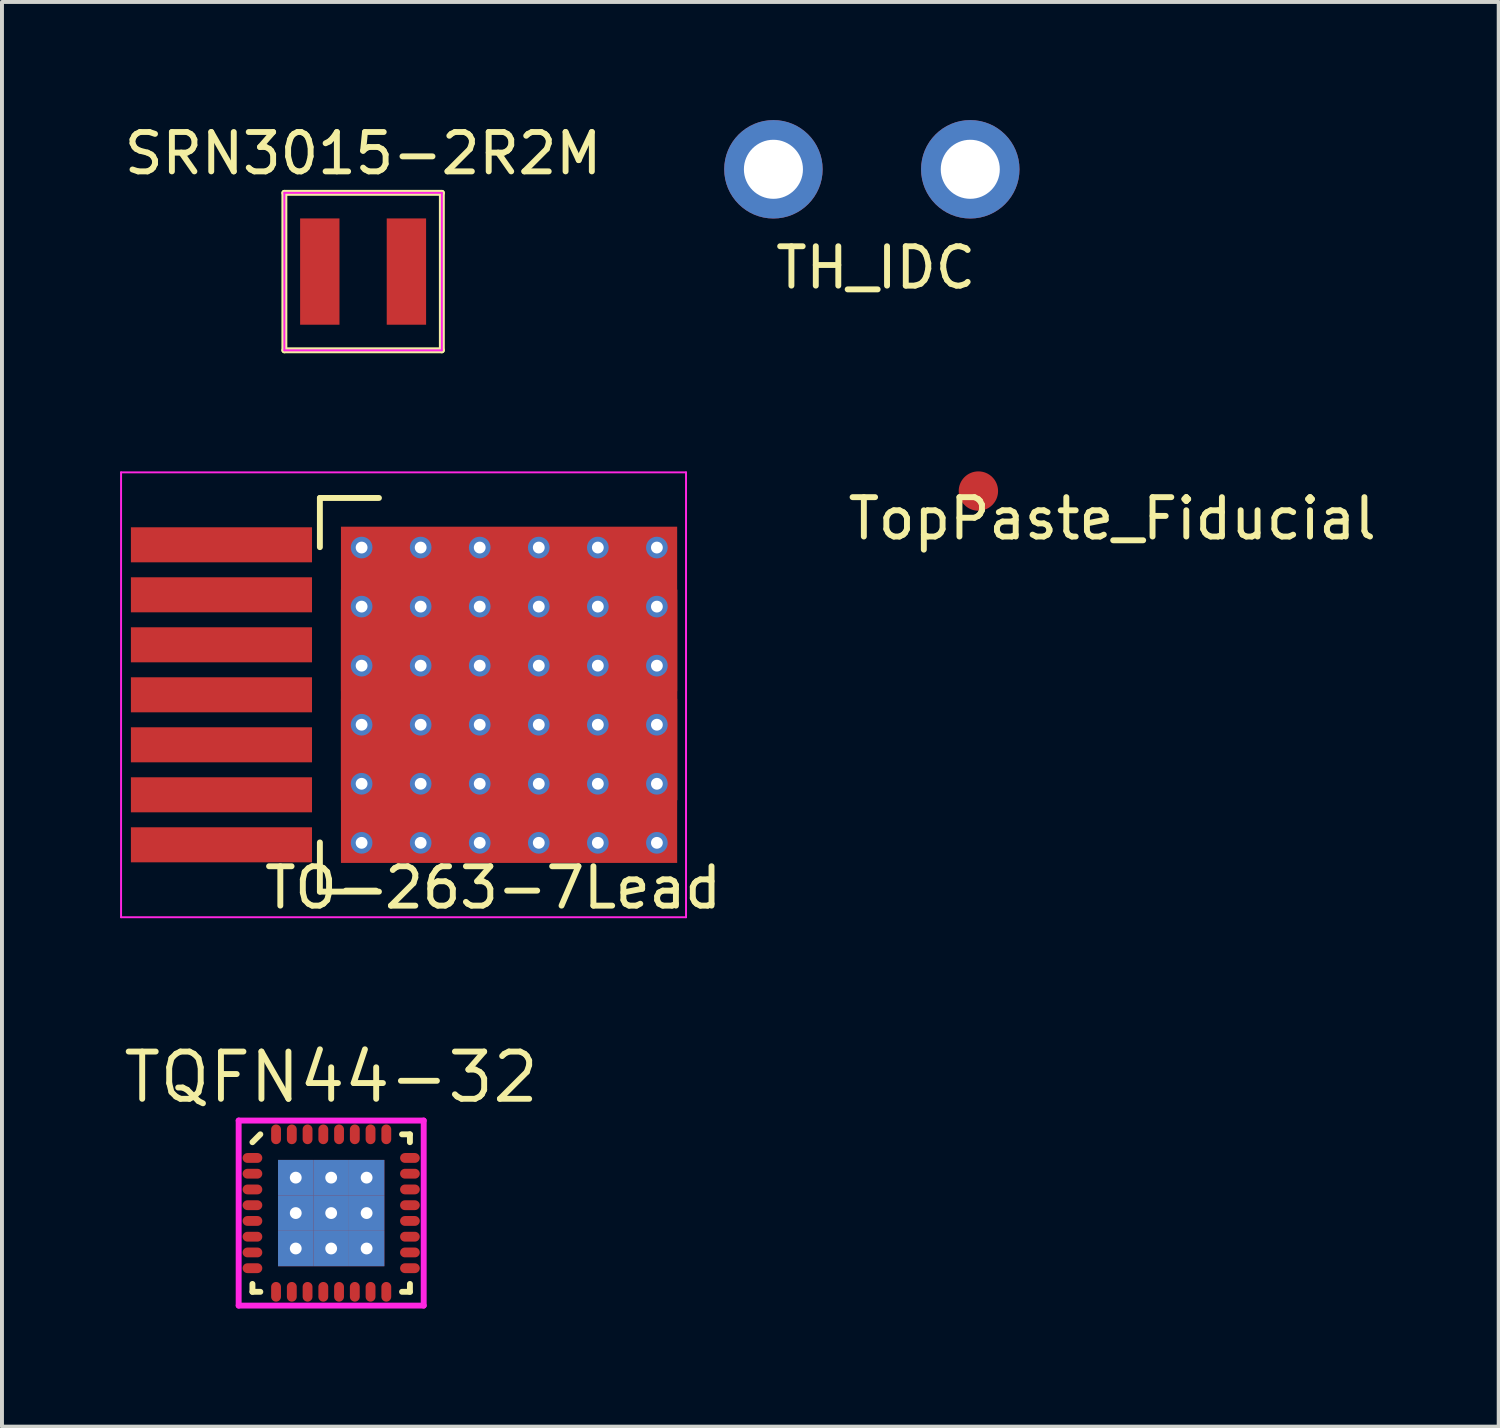
<source format=kicad_pcb>
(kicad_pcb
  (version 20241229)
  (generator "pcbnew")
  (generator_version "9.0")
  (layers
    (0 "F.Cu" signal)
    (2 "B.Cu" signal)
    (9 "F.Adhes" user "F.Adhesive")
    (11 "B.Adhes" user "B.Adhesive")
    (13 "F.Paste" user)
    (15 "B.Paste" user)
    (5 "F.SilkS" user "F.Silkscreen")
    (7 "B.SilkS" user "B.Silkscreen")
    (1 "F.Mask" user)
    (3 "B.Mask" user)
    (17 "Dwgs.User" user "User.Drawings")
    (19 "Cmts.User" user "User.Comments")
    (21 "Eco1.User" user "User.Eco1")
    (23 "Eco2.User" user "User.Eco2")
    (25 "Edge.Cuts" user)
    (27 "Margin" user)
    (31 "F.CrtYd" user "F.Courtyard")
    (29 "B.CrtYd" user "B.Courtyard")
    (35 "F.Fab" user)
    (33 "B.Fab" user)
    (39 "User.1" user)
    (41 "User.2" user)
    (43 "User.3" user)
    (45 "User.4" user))
  (footprint "TO-263-7Lead"
    (layer "F.Cu")
    (at 2.575 14.598)
    (property "Reference" "TO-263-7Lead" (at 6.9 4.9 180) (layer "F.SilkS") (effects (font (size 1 1) (thickness 0.15))))
    (attr smd)
    (fp_line (start 2.5 -5) (end 2.5 -3.75) (stroke (width 0.15) (type solid)) (layer "F.SilkS"))
    (fp_line (start 2.5 -5) (end 4 -5) (stroke (width 0.15) (type solid)) (layer "F.SilkS"))
    (fp_line (start 2.5 5) (end 2.5 3.75) (stroke (width 0.15) (type solid)) (layer "F.SilkS"))
    (fp_line (start 2.5 5) (end 4 5) (stroke (width 0.15) (type solid)) (layer "F.SilkS"))
    (fp_line (start -2.55 -5.65) (end -2.55 5.65) (stroke (width 0.05) (type solid)) (layer "F.CrtYd"))
    (fp_line (start 11.8 -5.65) (end -2.55 -5.65) (stroke (width 0.05) (type solid)) (layer "F.CrtYd"))
    (fp_line (start 11.8 -5.65) (end 11.8 5.65) (stroke (width 0.05) (type solid)) (layer "F.CrtYd"))
    (fp_line (start 11.8 5.65) (end -2.55 5.65) (stroke (width 0.05) (type solid)) (layer "F.CrtYd"))
    (pad "1" smd rect (at 0 -3.81) (size 4.6 0.89) (layers "F.Cu" "F.Mask" "F.Paste"))
    (pad "2" smd rect (at 0 -2.54) (size 4.6 0.89) (layers "F.Cu" "F.Mask" "F.Paste"))
    (pad "3" smd rect (at 0 -1.27) (size 4.6 0.89) (layers "F.Cu" "F.Mask" "F.Paste"))
    (pad "4" smd rect (at 0 0) (size 4.6 0.89) (layers "F.Cu" "F.Mask" "F.Paste"))
    (pad "5" smd rect (at 0 1.27) (size 4.6 0.89) (layers "F.Cu" "F.Mask" "F.Paste"))
    (pad "6" smd rect (at 0 2.54) (size 4.6 0.89) (layers "F.Cu" "F.Mask" "F.Paste"))
    (pad "7" smd rect (at 0 3.81) (size 4.6 0.89) (layers "F.Cu" "F.Mask" "F.Paste"))
    (pad "8" thru_hole circle (at 3.56 -3.74) (size 0.55 0.55) (drill 0.3) (layers "*.Cu" "*.Mask"))
    (pad "8" thru_hole circle (at 3.56 -2.24) (size 0.55 0.55) (drill 0.3) (layers "*.Cu" "*.Mask"))
    (pad "8" thru_hole circle (at 3.56 -0.74) (size 0.55 0.55) (drill 0.3) (layers "*.Cu" "*.Mask"))
    (pad "8" thru_hole circle (at 3.56 0.76) (size 0.55 0.55) (drill 0.3) (layers "*.Cu" "*.Mask"))
    (pad "8" thru_hole circle (at 3.56 2.26) (size 0.55 0.55) (drill 0.3) (layers "*.Cu" "*.Mask"))
    (pad "8" thru_hole circle (at 3.56 3.76) (size 0.55 0.55) (drill 0.3) (layers "*.Cu" "*.Mask"))
    (pad "8" smd rect (at 4.39 -1.38) (size 2.71 2.575) (layers "F.Cu" "F.Mask" "F.Paste"))
    (pad "8" smd rect (at 4.39 1.39) (size 2.71 2.575) (layers "F.Cu" "F.Mask" "F.Paste"))
    (pad "8" thru_hole circle (at 5.06 -3.74) (size 0.55 0.55) (drill 0.3) (layers "*.Cu" "*.Mask"))
    (pad "8" thru_hole circle (at 5.06 -2.24) (size 0.55 0.55) (drill 0.3) (layers "*.Cu" "*.Mask"))
    (pad "8" thru_hole circle (at 5.06 -0.74) (size 0.55 0.55) (drill 0.3) (layers "*.Cu" "*.Mask"))
    (pad "8" thru_hole circle (at 5.06 0.76) (size 0.55 0.55) (drill 0.3) (layers "*.Cu" "*.Mask"))
    (pad "8" thru_hole circle (at 5.06 2.26) (size 0.55 0.55) (drill 0.3) (layers "*.Cu" "*.Mask"))
    (pad "8" thru_hole circle (at 5.06 3.76) (size 0.55 0.55) (drill 0.3) (layers "*.Cu" "*.Mask"))
    (pad "8" thru_hole circle (at 6.56 -3.74) (size 0.55 0.55) (drill 0.3) (layers "*.Cu" "*.Mask"))
    (pad "8" thru_hole circle (at 6.56 -2.24) (size 0.55 0.55) (drill 0.3) (layers "*.Cu" "*.Mask"))
    (pad "8" thru_hole circle (at 6.56 -0.74) (size 0.55 0.55) (drill 0.3) (layers "*.Cu" "*.Mask"))
    (pad "8" thru_hole circle (at 6.56 0.76) (size 0.55 0.55) (drill 0.3) (layers "*.Cu" "*.Mask"))
    (pad "8" thru_hole circle (at 6.56 2.26) (size 0.55 0.55) (drill 0.3) (layers "*.Cu" "*.Mask"))
    (pad "8" thru_hole circle (at 6.56 3.76) (size 0.55 0.55) (drill 0.3) (layers "*.Cu" "*.Mask"))
    (pad "8" smd rect (at 7.3 -1.38) (size 2.71 2.575) (layers "F.Cu" "F.Mask" "F.Paste"))
    (pad "8" smd rect (at 7.3 1.39) (size 2.71 2.575) (layers "F.Cu" "F.Mask" "F.Paste"))
    (pad "8" smd rect (at 7.305 0) (size 8.54 5.35) (layers "F.Cu" "F.Mask"))
    (pad "8" smd rect (at 7.305 0) (size 8.54 8.54) (layers "F.Cu"))
    (pad "8" thru_hole circle (at 8.06 -3.74) (size 0.55 0.55) (drill 0.3) (layers "*.Cu" "*.Mask"))
    (pad "8" thru_hole circle (at 8.06 -2.24) (size 0.55 0.55) (drill 0.3) (layers "*.Cu" "*.Mask"))
    (pad "8" thru_hole circle (at 8.06 -0.74) (size 0.55 0.55) (drill 0.3) (layers "*.Cu" "*.Mask"))
    (pad "8" thru_hole circle (at 8.06 0.76) (size 0.55 0.55) (drill 0.3) (layers "*.Cu" "*.Mask"))
    (pad "8" thru_hole circle (at 8.06 2.26) (size 0.55 0.55) (drill 0.3) (layers "*.Cu" "*.Mask"))
    (pad "8" thru_hole circle (at 8.06 3.76) (size 0.55 0.55) (drill 0.3) (layers "*.Cu" "*.Mask"))
    (pad "8" thru_hole circle (at 9.56 -3.74) (size 0.55 0.55) (drill 0.3) (layers "*.Cu" "*.Mask"))
    (pad "8" thru_hole circle (at 9.56 -2.24) (size 0.55 0.55) (drill 0.3) (layers "*.Cu" "*.Mask"))
    (pad "8" thru_hole circle (at 9.56 -0.74) (size 0.55 0.55) (drill 0.3) (layers "*.Cu" "*.Mask"))
    (pad "8" thru_hole circle (at 9.56 0.76) (size 0.55 0.55) (drill 0.3) (layers "*.Cu" "*.Mask"))
    (pad "8" thru_hole circle (at 9.56 2.26) (size 0.55 0.55) (drill 0.3) (layers "*.Cu" "*.Mask"))
    (pad "8" thru_hole circle (at 9.56 3.76) (size 0.55 0.55) (drill 0.3) (layers "*.Cu" "*.Mask"))
    (pad "8" smd rect (at 10.22 -1.38) (size 2.71 2.575) (layers "F.Cu" "F.Mask" "F.Paste"))
    (pad "8" smd rect (at 10.22 1.39) (size 2.71 2.575) (layers "F.Cu" "F.Mask" "F.Paste"))
    (pad "8" thru_hole circle (at 11.06 -3.74) (size 0.55 0.55) (drill 0.3) (layers "*.Cu" "*.Mask"))
    (pad "8" thru_hole circle (at 11.06 -2.24) (size 0.55 0.55) (drill 0.3) (layers "*.Cu" "*.Mask"))
    (pad "8" thru_hole circle (at 11.06 -0.74) (size 0.55 0.55) (drill 0.3) (layers "*.Cu" "*.Mask"))
    (pad "8" thru_hole circle (at 11.06 0.76) (size 0.55 0.55) (drill 0.3) (layers "*.Cu" "*.Mask"))
    (pad "8" thru_hole circle (at 11.06 2.26) (size 0.55 0.55) (drill 0.3) (layers "*.Cu" "*.Mask"))
    (pad "8" thru_hole circle (at 11.06 3.76) (size 0.55 0.55) (drill 0.3) (layers "*.Cu" "*.Mask")))
  (footprint "TH_IDC"
    (layer "F.Cu")
    (at 19.095 1.25)
    (property "Reference" "TH_IDC" (at 0.1 2.5 0) (layer "F.SilkS") (effects (font (size 1 1) (thickness 0.15))))
    (attr through_hole)
    (pad "1" thru_hole circle (at -2.5 0) (size 2.5 2.5) (drill 1.5) (layers "*.Cu" "*.Mask"))
    (pad "1" thru_hole circle (at 2.5 0) (size 2.5 2.5) (drill 1.5) (layers "*.Cu" "*.Mask")))
  (footprint "TQFN44-32"
    (layer "F.Cu")
    (at 5.362 27.762)
    (property "Reference" "TQFN44-32" (at 0 -3.45 0) (layer "F.SilkS") (effects (font (size 1.2 1.2) (thickness 0.15))))
    (attr through_hole)
    (fp_line (start -2 -1.8) (end -1.8 -2) (stroke (width 0.15) (type solid)) (layer "F.SilkS"))
    (fp_line (start -2 2) (end -2 1.8) (stroke (width 0.15) (type solid)) (layer "F.SilkS"))
    (fp_line (start -1.8 2) (end -2 2) (stroke (width 0.15) (type solid)) (layer "F.SilkS"))
    (fp_line (start 1.8 -2) (end 2 -2) (stroke (width 0.15) (type solid)) (layer "F.SilkS"))
    (fp_line (start 1.8 2) (end 2 2) (stroke (width 0.15) (type solid)) (layer "F.SilkS"))
    (fp_line (start 2 -2) (end 2 -1.8) (stroke (width 0.15) (type solid)) (layer "F.SilkS"))
    (fp_line (start 2 2) (end 2 1.8) (stroke (width 0.15) (type solid)) (layer "F.SilkS"))
    (fp_line (start -2.35 -2.35) (end 2.35 -2.35) (stroke (width 0.15) (type solid)) (layer "F.CrtYd"))
    (fp_line (start -2.35 2.35) (end -2.35 -2.35) (stroke (width 0.15) (type solid)) (layer "F.CrtYd"))
    (fp_line (start 2.35 -2.35) (end 2.35 2.35) (stroke (width 0.15) (type solid)) (layer "F.CrtYd"))
    (fp_line (start 2.35 2.35) (end -2.35 2.35) (stroke (width 0.15) (type solid)) (layer "F.CrtYd"))
    (pad "1" smd oval (at -2 -1.4 90) (size 0.25 0.5) (layers "F.Cu" "F.Mask" "F.Paste"))
    (pad "2" smd oval (at -2 -1 90) (size 0.25 0.5) (layers "F.Cu" "F.Mask" "F.Paste"))
    (pad "3" smd oval (at -2 -0.6 90) (size 0.25 0.5) (layers "F.Cu" "F.Mask" "F.Paste"))
    (pad "4" smd oval (at -2 -0.2 90) (size 0.25 0.5) (layers "F.Cu" "F.Mask" "F.Paste"))
    (pad "5" smd oval (at -2 0.2 90) (size 0.25 0.5) (layers "F.Cu" "F.Mask" "F.Paste"))
    (pad "6" smd oval (at -2 0.6 90) (size 0.25 0.5) (layers "F.Cu" "F.Mask" "F.Paste"))
    (pad "7" smd oval (at -2 1 90) (size 0.25 0.5) (layers "F.Cu" "F.Mask" "F.Paste"))
    (pad "8" smd oval (at -2 1.4 90) (size 0.25 0.5) (layers "F.Cu" "F.Mask" "F.Paste"))
    (pad "9" smd oval (at -1.4 2) (size 0.25 0.5) (layers "F.Cu" "F.Mask" "F.Paste"))
    (pad "10" smd oval (at -1 2) (size 0.25 0.5) (layers "F.Cu" "F.Mask" "F.Paste"))
    (pad "11" smd oval (at -0.6 2) (size 0.25 0.5) (layers "F.Cu" "F.Mask" "F.Paste"))
    (pad "12" smd oval (at -0.2 2) (size 0.25 0.5) (layers "F.Cu" "F.Mask" "F.Paste"))
    (pad "13" smd oval (at 0.2 2) (size 0.25 0.5) (layers "F.Cu" "F.Mask" "F.Paste"))
    (pad "14" smd oval (at 0.6 2) (size 0.25 0.5) (layers "F.Cu" "F.Mask" "F.Paste"))
    (pad "15" smd oval (at 1 2) (size 0.25 0.5) (layers "F.Cu" "F.Mask" "F.Paste"))
    (pad "16" smd oval (at 1.4 2) (size 0.25 0.5) (layers "F.Cu" "F.Mask" "F.Paste"))
    (pad "17" smd oval (at 2 1.4 90) (size 0.25 0.5) (layers "F.Cu" "F.Mask" "F.Paste"))
    (pad "18" smd oval (at 2 1 90) (size 0.25 0.5) (layers "F.Cu" "F.Mask" "F.Paste"))
    (pad "19" smd oval (at 2 0.6 90) (size 0.25 0.5) (layers "F.Cu" "F.Mask" "F.Paste"))
    (pad "20" smd oval (at 2 0.2 90) (size 0.25 0.5) (layers "F.Cu" "F.Mask" "F.Paste"))
    (pad "21" smd oval (at 2 -0.2 90) (size 0.25 0.5) (layers "F.Cu" "F.Mask" "F.Paste"))
    (pad "22" smd oval (at 2 -0.6 90) (size 0.25 0.5) (layers "F.Cu" "F.Mask" "F.Paste"))
    (pad "23" smd oval (at 2 -1 90) (size 0.25 0.5) (layers "F.Cu" "F.Mask" "F.Paste"))
    (pad "24" smd oval (at 2 -1.4 90) (size 0.25 0.5) (layers "F.Cu" "F.Mask" "F.Paste"))
    (pad "25" smd oval (at 1.4 -2) (size 0.25 0.5) (layers "F.Cu" "F.Mask" "F.Paste"))
    (pad "26" smd oval (at 1 -2) (size 0.25 0.5) (layers "F.Cu" "F.Mask" "F.Paste"))
    (pad "27" smd oval (at 0.6 -2) (size 0.25 0.5) (layers "F.Cu" "F.Mask" "F.Paste"))
    (pad "28" smd oval (at 0.2 -2) (size 0.25 0.5) (layers "F.Cu" "F.Mask" "F.Paste"))
    (pad "29" smd oval (at -0.2 -2) (size 0.25 0.5) (layers "F.Cu" "F.Mask" "F.Paste"))
    (pad "30" smd oval (at -0.6 -2) (size 0.25 0.5) (layers "F.Cu" "F.Mask" "F.Paste"))
    (pad "31" smd oval (at -1 -2) (size 0.25 0.5) (layers "F.Cu" "F.Mask" "F.Paste"))
    (pad "32" smd oval (at -1.4 -2) (size 0.25 0.5) (layers "F.Cu" "F.Mask" "F.Paste"))
    (pad "33" thru_hole rect (at -0.9 -0.9) (size 0.9 0.9) (drill 0.3) (layers "*.Cu" "F.Mask" "F.Paste"))
    (pad "33" thru_hole rect (at -0.9 0) (size 0.9 0.9) (drill 0.3) (layers "*.Cu" "F.Mask" "F.Paste"))
    (pad "33" thru_hole rect (at -0.9 0.9) (size 0.9 0.9) (drill 0.3) (layers "*.Cu" "F.Mask" "F.Paste"))
    (pad "33" thru_hole rect (at 0 -0.9) (size 0.9 0.9) (drill 0.3) (layers "*.Cu" "F.Mask" "F.Paste"))
    (pad "33" thru_hole rect (at 0 0) (size 0.9 0.9) (drill 0.3) (layers "*.Cu" "F.Mask" "F.Paste"))
    (pad "33" thru_hole rect (at 0 0.9) (size 0.9 0.9) (drill 0.3) (layers "*.Cu" "F.Mask" "F.Paste"))
    (pad "33" thru_hole rect (at 0.9 -0.9) (size 0.9 0.9) (drill 0.3) (layers "*.Cu" "F.Mask" "F.Paste"))
    (pad "33" thru_hole rect (at 0.9 0) (size 0.9 0.9) (drill 0.3) (layers "*.Cu" "F.Mask" "F.Paste"))
    (pad "33" thru_hole rect (at 0.9 0.9) (size 0.9 0.9) (drill 0.3) (layers "*.Cu" "F.Mask" "F.Paste")))
  (footprint "SRN3015-2R2M"
    (layer "F.Cu")
    (at 6.173 3.848)
    (property "Reference" "SRN3015-2R2M" (at 0 -3 0) (layer "F.SilkS") (effects (font (size 1 1) (thickness 0.15))))
    (attr smd)
    (fp_line (start -2 -2) (end -2 2) (stroke (width 0.15) (type solid)) (layer "F.SilkS"))
    (fp_line (start -2 -2) (end 2 -2) (stroke (width 0.15) (type solid)) (layer "F.SilkS"))
    (fp_line (start -2 2) (end 2 2) (stroke (width 0.15) (type solid)) (layer "F.SilkS"))
    (fp_line (start 2 -2) (end 2 2) (stroke (width 0.15) (type solid)) (layer "F.SilkS"))
    (fp_line (start -2 -2) (end 2 -2) (stroke (width 0.05) (type solid)) (layer "F.CrtYd"))
    (fp_line (start -2 2) (end -2 -2) (stroke (width 0.05) (type solid)) (layer "F.CrtYd"))
    (fp_line (start 2 -2) (end 2 2) (stroke (width 0.05) (type solid)) (layer "F.CrtYd"))
    (fp_line (start 2 2) (end -2 2) (stroke (width 0.05) (type solid)) (layer "F.CrtYd"))
    (pad "1" smd rect (at -1.1 0) (size 1 2.7) (layers "F.Cu" "F.Mask" "F.Paste"))
    (pad "2" smd rect (at 1.1 0) (size 1 2.7) (layers "F.Cu" "F.Mask" "F.Paste")))
  (footprint "TopPaste_Fiducial"
    (layer "F.Cu")
    (at 21.801 9.423)
    (property "Reference" "TopPaste_Fiducial" (at 3.4 0.7 0) (layer "F.SilkS") (effects (font (size 1 1) (thickness 0.15))))
    (attr exclude_from_pos_files exclude_from_bom)
    (pad "~" smd circle (at 0 0) (size 1 1) (layers "F.Cu" "F.Mask" "F.Paste")))
  (gr_rect
    (start -3 -3)
    (end 35.017 33.187)
    (stroke (width 0.1) (type default))
    (fill no)
    (layer "Edge.Cuts")))
</source>
